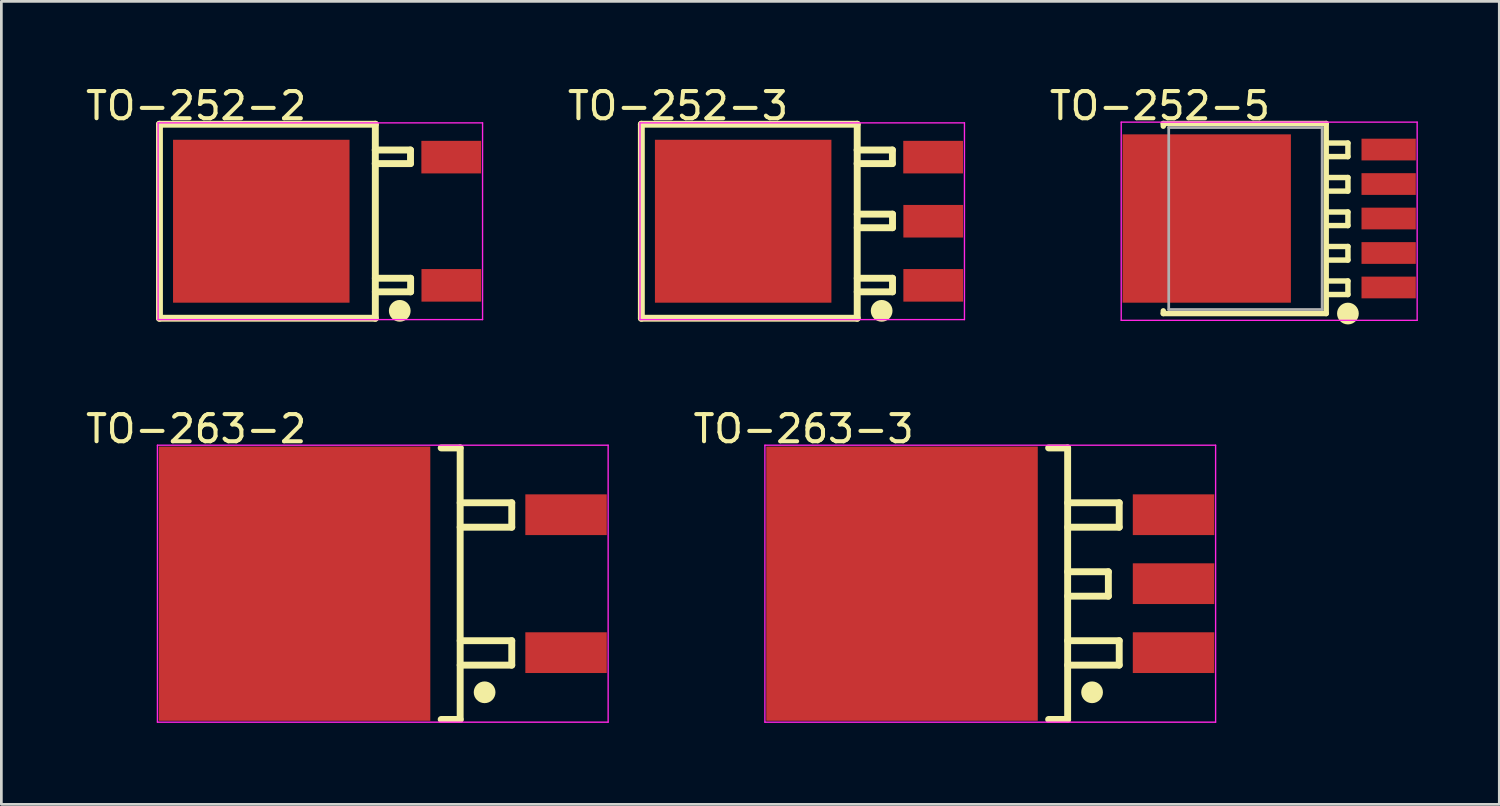
<source format=kicad_pcb>
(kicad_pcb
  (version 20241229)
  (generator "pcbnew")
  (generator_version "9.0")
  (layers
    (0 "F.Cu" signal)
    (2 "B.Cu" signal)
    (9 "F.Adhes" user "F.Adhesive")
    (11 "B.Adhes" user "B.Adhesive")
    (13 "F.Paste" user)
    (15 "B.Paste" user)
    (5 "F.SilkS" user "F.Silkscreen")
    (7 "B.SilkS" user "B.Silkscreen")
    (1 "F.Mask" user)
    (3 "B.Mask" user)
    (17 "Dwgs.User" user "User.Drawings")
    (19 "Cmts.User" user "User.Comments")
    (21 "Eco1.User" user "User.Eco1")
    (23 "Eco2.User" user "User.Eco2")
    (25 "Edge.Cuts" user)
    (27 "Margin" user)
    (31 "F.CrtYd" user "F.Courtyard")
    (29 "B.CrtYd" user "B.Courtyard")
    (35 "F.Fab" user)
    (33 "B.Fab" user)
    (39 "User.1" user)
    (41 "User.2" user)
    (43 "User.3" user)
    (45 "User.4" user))
  (footprint "TO-263-2"
    (layer "F.Cu")
    (at 17.798 18.447)
    (property "Reference" "TO-263-2" (at -13.625 -5.701 0) (layer "F.SilkS") (effects (font (size 1 1) (thickness 0.15))))
    (attr through_hole)
    (fp_line (start -4.6 -5) (end -3.9 -5) (stroke (width 0.254) (type solid)) (layer "F.SilkS"))
    (fp_line (start -4.6 5) (end -3.9 5) (stroke (width 0.254) (type solid)) (layer "F.SilkS"))
    (fp_line (start -3.9 -2.98) (end -2 -2.98) (stroke (width 0.254) (type solid)) (layer "F.SilkS"))
    (fp_line (start -3.9 -2.08) (end -2 -2.08) (stroke (width 0.254) (type solid)) (layer "F.SilkS"))
    (fp_line (start -3.9 2.1) (end -2 2.1) (stroke (width 0.254) (type solid)) (layer "F.SilkS"))
    (fp_line (start -3.9 3) (end -2 3) (stroke (width 0.254) (type solid)) (layer "F.SilkS"))
    (fp_line (start -3.9 5) (end -3.9 -5) (stroke (width 0.254) (type solid)) (layer "F.SilkS"))
    (fp_line (start -2 -2.08) (end -2 -2.98) (stroke (width 0.254) (type solid)) (layer "F.SilkS"))
    (fp_line (start -2 3) (end -2 2.1) (stroke (width 0.254) (type solid)) (layer "F.SilkS"))
    (fp_circle (center -3 4) (end -2.8 4) (stroke (width 0.4) (type solid)) (fill no) (layer "F.SilkS"))
    (fp_line (start -15.05 -5.1) (end 1.55 -5.1) (stroke (width 0.05) (type solid)) (layer "F.CrtYd"))
    (fp_line (start -15.05 5.1) (end -15.05 -5.1) (stroke (width 0.05) (type solid)) (layer "F.CrtYd"))
    (fp_line (start 1.55 -5.1) (end 1.55 5.1) (stroke (width 0.05) (type solid)) (layer "F.CrtYd"))
    (fp_line (start 1.55 5.1) (end -15.05 5.1) (stroke (width 0.05) (type solid)) (layer "F.CrtYd"))
    (pad "1" smd rect (at 0 2.54 270) (size 1.5 3) (layers "F.Cu" "F.Mask" "F.Paste"))
    (pad "2" smd rect (at -10 0 270) (size 10.1 10) (layers "F.Cu" "F.Mask" "F.Paste"))
    (pad "3" smd rect (at 0 -2.54 270) (size 1.5 3) (layers "F.Cu" "F.Mask" "F.Paste")))
  (footprint "TO-252-5"
    (layer "F.Cu")
    (at 48.094 4.998)
    (property "Reference" "TO-252-5" (at -8.425 -4.149 0) (layer "F.SilkS") (effects (font (size 1 1) (thickness 0.15))))
    (attr through_hole)
    (fp_line (start -8.3 -3.5) (end -2.3 -3.5) (stroke (width 0.2) (type solid)) (layer "F.SilkS"))
    (fp_line (start -8.3 -3.4) (end -8.3 -3.5) (stroke (width 0.2) (type solid)) (layer "F.SilkS"))
    (fp_line (start -8.3 3.5) (end -8.3 3.4) (stroke (width 0.2) (type solid)) (layer "F.SilkS"))
    (fp_line (start -8.3 3.5) (end -2.3 3.5) (stroke (width 0.2) (type solid)) (layer "F.SilkS"))
    (fp_line (start -2.3 3.5) (end -2.3 -3.5) (stroke (width 0.2) (type solid)) (layer "F.SilkS"))
    (fp_line (start -2.2 -2.78) (end -1.5 -2.78) (stroke (width 0.2) (type solid)) (layer "F.SilkS"))
    (fp_line (start -2.2 -2.28) (end -1.5 -2.28) (stroke (width 0.2) (type solid)) (layer "F.SilkS"))
    (fp_line (start -2.2 -1.51) (end -1.5 -1.51) (stroke (width 0.2) (type solid)) (layer "F.SilkS"))
    (fp_line (start -2.2 -1.01) (end -1.5 -1.01) (stroke (width 0.2) (type solid)) (layer "F.SilkS"))
    (fp_line (start -2.2 -0.24) (end -1.5 -0.24) (stroke (width 0.2) (type solid)) (layer "F.SilkS"))
    (fp_line (start -2.2 0.26) (end -1.5 0.26) (stroke (width 0.2) (type solid)) (layer "F.SilkS"))
    (fp_line (start -2.2 1.03) (end -1.5 1.03) (stroke (width 0.2) (type solid)) (layer "F.SilkS"))
    (fp_line (start -2.2 1.53) (end -1.5 1.53) (stroke (width 0.2) (type solid)) (layer "F.SilkS"))
    (fp_line (start -2.2 2.3) (end -1.5 2.3) (stroke (width 0.2) (type solid)) (layer "F.SilkS"))
    (fp_line (start -2.2 2.8) (end -1.5 2.8) (stroke (width 0.2) (type solid)) (layer "F.SilkS"))
    (fp_line (start -1.5 -2.28) (end -1.5 -2.78) (stroke (width 0.2) (type solid)) (layer "F.SilkS"))
    (fp_line (start -1.5 -1.01) (end -1.5 -1.51) (stroke (width 0.2) (type solid)) (layer "F.SilkS"))
    (fp_line (start -1.5 0.26) (end -1.5 -0.24) (stroke (width 0.2) (type solid)) (layer "F.SilkS"))
    (fp_line (start -1.5 1.53) (end -1.5 1.03) (stroke (width 0.2) (type solid)) (layer "F.SilkS"))
    (fp_line (start -1.5 2.8) (end -1.5 2.3) (stroke (width 0.2) (type solid)) (layer "F.SilkS"))
    (fp_circle (center -1.5 3.5) (end -1.3 3.5) (stroke (width 0.4) (type solid)) (fill no) (layer "F.SilkS"))
    (fp_line (start -9.85 -3.55) (end 1.05 -3.55) (stroke (width 0.05) (type solid)) (layer "F.CrtYd"))
    (fp_line (start -9.85 3.75) (end -9.85 -3.55) (stroke (width 0.05) (type solid)) (layer "F.CrtYd"))
    (fp_line (start 1.05 -3.55) (end 1.05 3.75) (stroke (width 0.05) (type solid)) (layer "F.CrtYd"))
    (fp_line (start 1.05 3.75) (end -9.85 3.75) (stroke (width 0.05) (type solid)) (layer "F.CrtYd"))
    (fp_line (start -8.1 -3.35) (end -2.45 -3.35) (stroke (width 0.1) (type solid)) (layer "F.Fab"))
    (fp_line (start -8.1 3.35) (end -8.1 -3.35) (stroke (width 0.1) (type solid)) (layer "F.Fab"))
    (fp_line (start -8.1 3.35) (end -2.45 3.35) (stroke (width 0.1) (type solid)) (layer "F.Fab"))
    (fp_line (start -2.45 3.35) (end -2.45 -3.35) (stroke (width 0.1) (type solid)) (layer "F.Fab"))
    (pad "0" smd rect (at -6.7 0 90) (size 6.2 6.2) (layers "F.Cu" "F.Mask" "F.Paste"))
    (pad "1" smd rect (at 0 2.54 90) (size 0.8 2) (layers "F.Cu" "F.Mask" "F.Paste"))
    (pad "2" smd rect (at 0 1.27 90) (size 0.8 2) (layers "F.Cu" "F.Mask" "F.Paste"))
    (pad "3" smd rect (at 0 0 90) (size 0.8 2) (layers "F.Cu" "F.Mask" "F.Paste"))
    (pad "4" smd rect (at 0 -1.27 90) (size 0.8 2) (layers "F.Cu" "F.Mask" "F.Paste"))
    (pad "5" smd rect (at 0 -2.54 90) (size 0.8 2) (layers "F.Cu" "F.Mask" "F.Paste")))
  (footprint "TO-263-3"
    (layer "F.Cu")
    (at 40.171 18.447)
    (property "Reference" "TO-263-3" (at -13.625 -5.701 0) (layer "F.SilkS") (effects (font (size 1 1) (thickness 0.15))))
    (attr through_hole)
    (fp_line (start -4.6 -5) (end -3.9 -5) (stroke (width 0.254) (type solid)) (layer "F.SilkS"))
    (fp_line (start -4.6 5) (end -3.9 5) (stroke (width 0.254) (type solid)) (layer "F.SilkS"))
    (fp_line (start -3.9 -2.98) (end -2 -2.98) (stroke (width 0.254) (type solid)) (layer "F.SilkS"))
    (fp_line (start -3.9 -2.08) (end -2 -2.08) (stroke (width 0.254) (type solid)) (layer "F.SilkS"))
    (fp_line (start -3.9 -0.44) (end -2.4 -0.44) (stroke (width 0.254) (type solid)) (layer "F.SilkS"))
    (fp_line (start -3.9 0.46) (end -2.4 0.46) (stroke (width 0.254) (type solid)) (layer "F.SilkS"))
    (fp_line (start -3.9 2.1) (end -2 2.1) (stroke (width 0.254) (type solid)) (layer "F.SilkS"))
    (fp_line (start -3.9 3) (end -2 3) (stroke (width 0.254) (type solid)) (layer "F.SilkS"))
    (fp_line (start -3.9 5) (end -3.9 -5) (stroke (width 0.254) (type solid)) (layer "F.SilkS"))
    (fp_line (start -2.4 0.46) (end -2.4 -0.44) (stroke (width 0.254) (type solid)) (layer "F.SilkS"))
    (fp_line (start -2 -2.08) (end -2 -2.98) (stroke (width 0.254) (type solid)) (layer "F.SilkS"))
    (fp_line (start -2 3) (end -2 2.1) (stroke (width 0.254) (type solid)) (layer "F.SilkS"))
    (fp_circle (center -3 4) (end -2.8 4) (stroke (width 0.4) (type solid)) (fill no) (layer "F.SilkS"))
    (fp_line (start -15.05 -5.1) (end 1.55 -5.1) (stroke (width 0.05) (type solid)) (layer "F.CrtYd"))
    (fp_line (start -15.05 5.1) (end -15.05 -5.1) (stroke (width 0.05) (type solid)) (layer "F.CrtYd"))
    (fp_line (start 1.55 -5.1) (end 1.55 5.1) (stroke (width 0.05) (type solid)) (layer "F.CrtYd"))
    (fp_line (start 1.55 5.1) (end -15.05 5.1) (stroke (width 0.05) (type solid)) (layer "F.CrtYd"))
    (pad "0" smd rect (at -10 0 270) (size 10.1 10) (layers "F.Cu" "F.Mask" "F.Paste"))
    (pad "1" smd rect (at 0 2.54 270) (size 1.5 3) (layers "F.Cu" "F.Mask" "F.Paste"))
    (pad "2" smd rect (at 0 0 270) (size 1.5 3) (layers "F.Cu" "F.Mask" "F.Paste"))
    (pad "3" smd rect (at 0 -2.54 270) (size 1.5 3) (layers "F.Cu" "F.Mask" "F.Paste")))
  (footprint "TO-252-3"
    (layer "F.Cu")
    (at 31.321 5.098)
    (property "Reference" "TO-252-3" (at -9.401 -4.249 0) (layer "F.SilkS") (effects (font (size 1 1) (thickness 0.15))))
    (attr through_hole)
    (fp_line (start -10.75 -3.573) (end -2.8 -3.573) (stroke (width 0.254) (type solid)) (layer "F.SilkS"))
    (fp_line (start -10.75 3.573) (end -10.75 -3.573) (stroke (width 0.254) (type solid)) (layer "F.SilkS"))
    (fp_line (start -10.75 3.573) (end -2.8 3.573) (stroke (width 0.254) (type solid)) (layer "F.SilkS"))
    (fp_line (start -2.804 -2.623) (end -1.504 -2.623) (stroke (width 0.254) (type solid)) (layer "F.SilkS"))
    (fp_line (start -2.804 -2.123) (end -1.504 -2.123) (stroke (width 0.254) (type solid)) (layer "F.SilkS"))
    (fp_line (start -2.8 -0.261) (end -1.5 -0.261) (stroke (width 0.254) (type solid)) (layer "F.SilkS"))
    (fp_line (start -2.8 0.239) (end -1.5 0.239) (stroke (width 0.254) (type solid)) (layer "F.SilkS"))
    (fp_line (start -2.8 2.1) (end -1.5 2.1) (stroke (width 0.254) (type solid)) (layer "F.SilkS"))
    (fp_line (start -2.8 2.6) (end -1.5 2.6) (stroke (width 0.254) (type solid)) (layer "F.SilkS"))
    (fp_line (start -2.8 3.573) (end -2.8 -3.573) (stroke (width 0.254) (type solid)) (layer "F.SilkS"))
    (fp_line (start -1.504 -2.123) (end -1.504 -2.623) (stroke (width 0.254) (type solid)) (layer "F.SilkS"))
    (fp_line (start -1.5 0.239) (end -1.5 -0.261) (stroke (width 0.254) (type solid)) (layer "F.SilkS"))
    (fp_line (start -1.5 2.6) (end -1.5 2.1) (stroke (width 0.254) (type solid)) (layer "F.SilkS"))
    (fp_circle (center -1.9 3.3) (end -1.7 3.3) (stroke (width 0.4) (type solid)) (fill no) (layer "F.SilkS"))
    (fp_line (start -10.8 -3.623) (end 1.15 -3.623) (stroke (width 0.05) (type solid)) (layer "F.CrtYd"))
    (fp_line (start -10.8 3.623) (end -10.8 -3.623) (stroke (width 0.05) (type solid)) (layer "F.CrtYd"))
    (fp_line (start 1.15 -3.623) (end 1.15 3.623) (stroke (width 0.05) (type solid)) (layer "F.CrtYd"))
    (fp_line (start 1.15 3.623) (end -10.8 3.623) (stroke (width 0.05) (type solid)) (layer "F.CrtYd"))
    (pad "0" smd rect (at -7 0.00002 90) (size 6 6.5) (layers "F.Cu" "F.Mask" "F.Paste"))
    (pad "1" smd rect (at 0 2.361 90) (size 1.2 2.2) (layers "F.Cu" "F.Mask" "F.Paste"))
    (pad "2" smd rect (at 0 0 90) (size 1.2 2.2) (layers "F.Cu" "F.Mask" "F.Paste"))
    (pad "3" smd rect (at -0.004 -2.361 270) (size 1.2 2.2) (layers "F.Cu" "F.Mask" "F.Paste")))
  (footprint "TO-252-2"
    (layer "F.Cu")
    (at 13.573 5.098)
    (property "Reference" "TO-252-2" (at -9.401 -4.249 0) (layer "F.SilkS") (effects (font (size 1 1) (thickness 0.15))))
    (attr through_hole)
    (fp_line (start -10.75 -3.573) (end -2.8 -3.573) (stroke (width 0.254) (type solid)) (layer "F.SilkS"))
    (fp_line (start -10.75 3.573) (end -10.75 -3.573) (stroke (width 0.254) (type solid)) (layer "F.SilkS"))
    (fp_line (start -10.75 3.573) (end -2.8 3.573) (stroke (width 0.254) (type solid)) (layer "F.SilkS"))
    (fp_line (start -2.804 -2.623) (end -1.504 -2.623) (stroke (width 0.254) (type solid)) (layer "F.SilkS"))
    (fp_line (start -2.804 -2.123) (end -1.504 -2.123) (stroke (width 0.254) (type solid)) (layer "F.SilkS"))
    (fp_line (start -2.8 2.1) (end -1.5 2.1) (stroke (width 0.254) (type solid)) (layer "F.SilkS"))
    (fp_line (start -2.8 2.6) (end -1.5 2.6) (stroke (width 0.254) (type solid)) (layer "F.SilkS"))
    (fp_line (start -2.8 3.573) (end -2.8 -3.573) (stroke (width 0.254) (type solid)) (layer "F.SilkS"))
    (fp_line (start -1.504 -2.123) (end -1.504 -2.623) (stroke (width 0.254) (type solid)) (layer "F.SilkS"))
    (fp_line (start -1.5 2.6) (end -1.5 2.1) (stroke (width 0.254) (type solid)) (layer "F.SilkS"))
    (fp_circle (center -1.9 3.3) (end -1.7 3.3) (stroke (width 0.4) (type solid)) (fill no) (layer "F.SilkS"))
    (fp_line (start -10.8 -3.623) (end 1.15 -3.623) (stroke (width 0.05) (type solid)) (layer "F.CrtYd"))
    (fp_line (start -10.8 3.623) (end -10.8 -3.623) (stroke (width 0.05) (type solid)) (layer "F.CrtYd"))
    (fp_line (start 1.15 -3.623) (end 1.15 3.623) (stroke (width 0.05) (type solid)) (layer "F.CrtYd"))
    (fp_line (start 1.15 3.623) (end -10.8 3.623) (stroke (width 0.05) (type solid)) (layer "F.CrtYd"))
    (pad "1" smd rect (at 0 2.361 90) (size 1.2 2.2) (layers "F.Cu" "F.Mask" "F.Paste"))
    (pad "2" smd rect (at -7 0.00002 90) (size 6 6.5) (layers "F.Cu" "F.Mask" "F.Paste"))
    (pad "3" smd rect (at -0.004 -2.361 270) (size 1.2 2.2) (layers "F.Cu" "F.Mask" "F.Paste")))
  (gr_rect
    (start -3 -3)
    (end 52.169 26.574)
    (stroke (width 0.1) (type default))
    (fill no)
    (layer "Edge.Cuts")))
</source>
